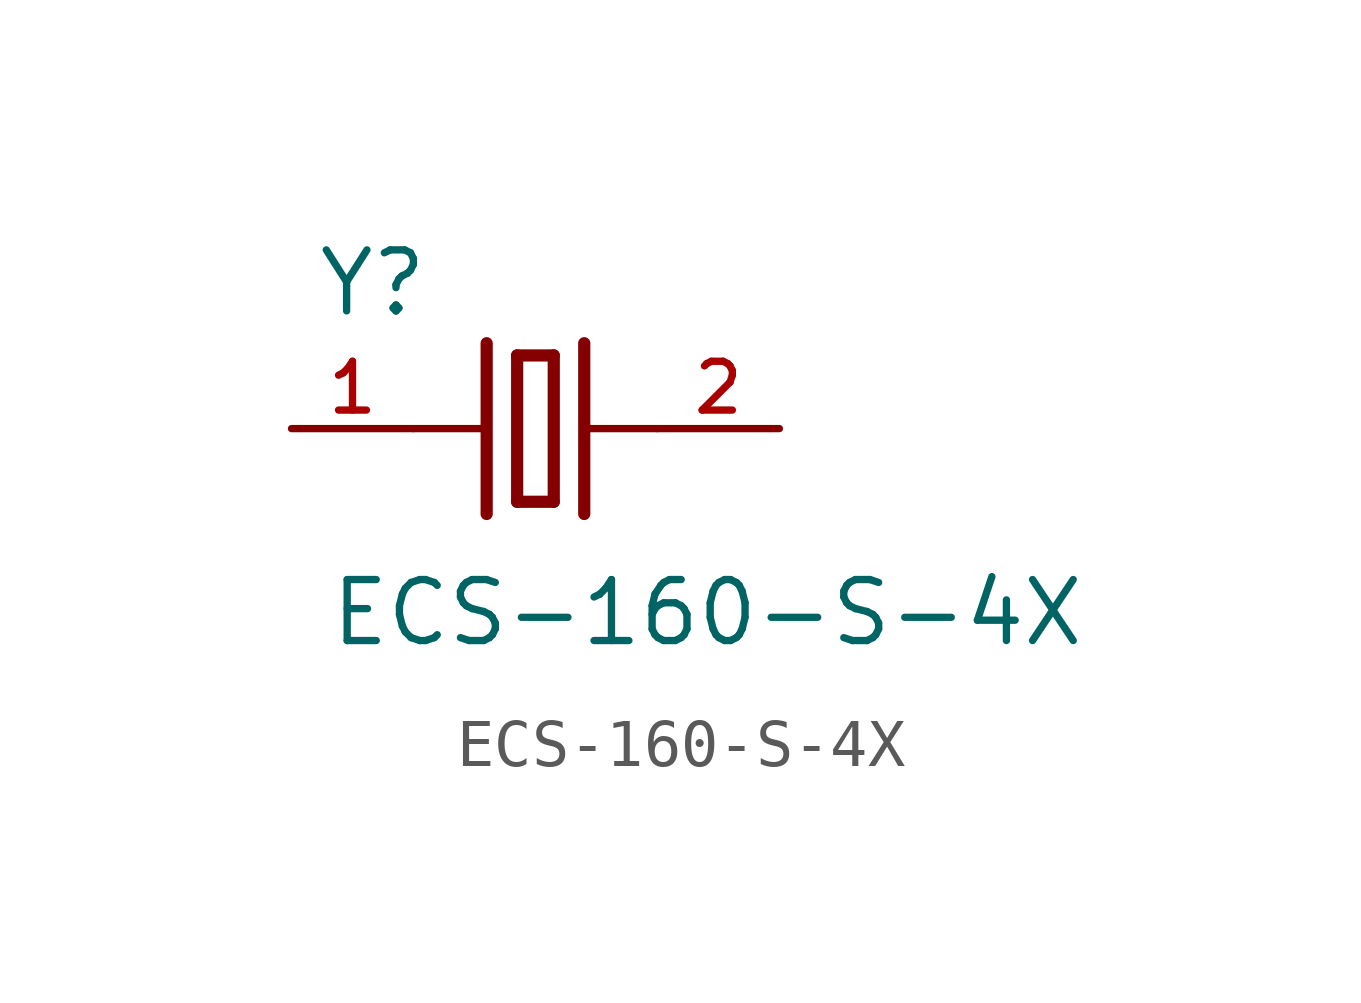
<source format=kicad_sym>
(kicad_symbol_lib
  (version 20211014)
  (generator kicad_symbol_editor)
  (symbol "ECS-160-S-4X"
    (pin_names
      (offset 1.016))
    (property "Reference" "Y"
      (at -4.577 2.288 0)
      (effects (font (size 1.27 1.27)) (justify bottom left)))
    (property "Value" "ECS-160-S-4X"
      (at -4.323 -4.577 0)
      (effects (font (size 1.27 1.27)) (justify bottom left)))
    (symbol "ECS-160-S-4X_0_0"
      (polyline (pts (xy 1.016 0.0) (xy 2.54 0.0)) (stroke (width 0.152)))
      (polyline (pts (xy -2.54 0.0) (xy -1.016 0.0)) (stroke (width 0.152)))
      (polyline (pts (xy -0.381 1.524) (xy -0.381 -1.524)) (stroke (width 0.254)))
      (polyline (pts (xy -0.381 -1.524) (xy 0.381 -1.524)) (stroke (width 0.254)))
      (polyline (pts (xy 0.381 -1.524) (xy 0.381 1.524)) (stroke (width 0.254)))
      (polyline (pts (xy 0.381 1.524) (xy -0.381 1.524)) (stroke (width 0.254)))
      (polyline (pts (xy 1.016 1.778) (xy 1.016 -1.778)) (stroke (width 0.254)))
      (polyline (pts (xy -1.016 1.778) (xy -1.016 -1.778)) (stroke (width 0.254)))
      (pin passive line (at 5.08 0.0 180.0) (length 2.54) (name "~" (effects (font (size 1.016 1.016)))) (number "2" (effects (font (size 1.016 1.016)))))
      (pin passive line (at -5.08 0.0 0) (length 2.54) (name "~" (effects (font (size 1.016 1.016)))) (number "1" (effects (font (size 1.016 1.016))))))))
</source>
